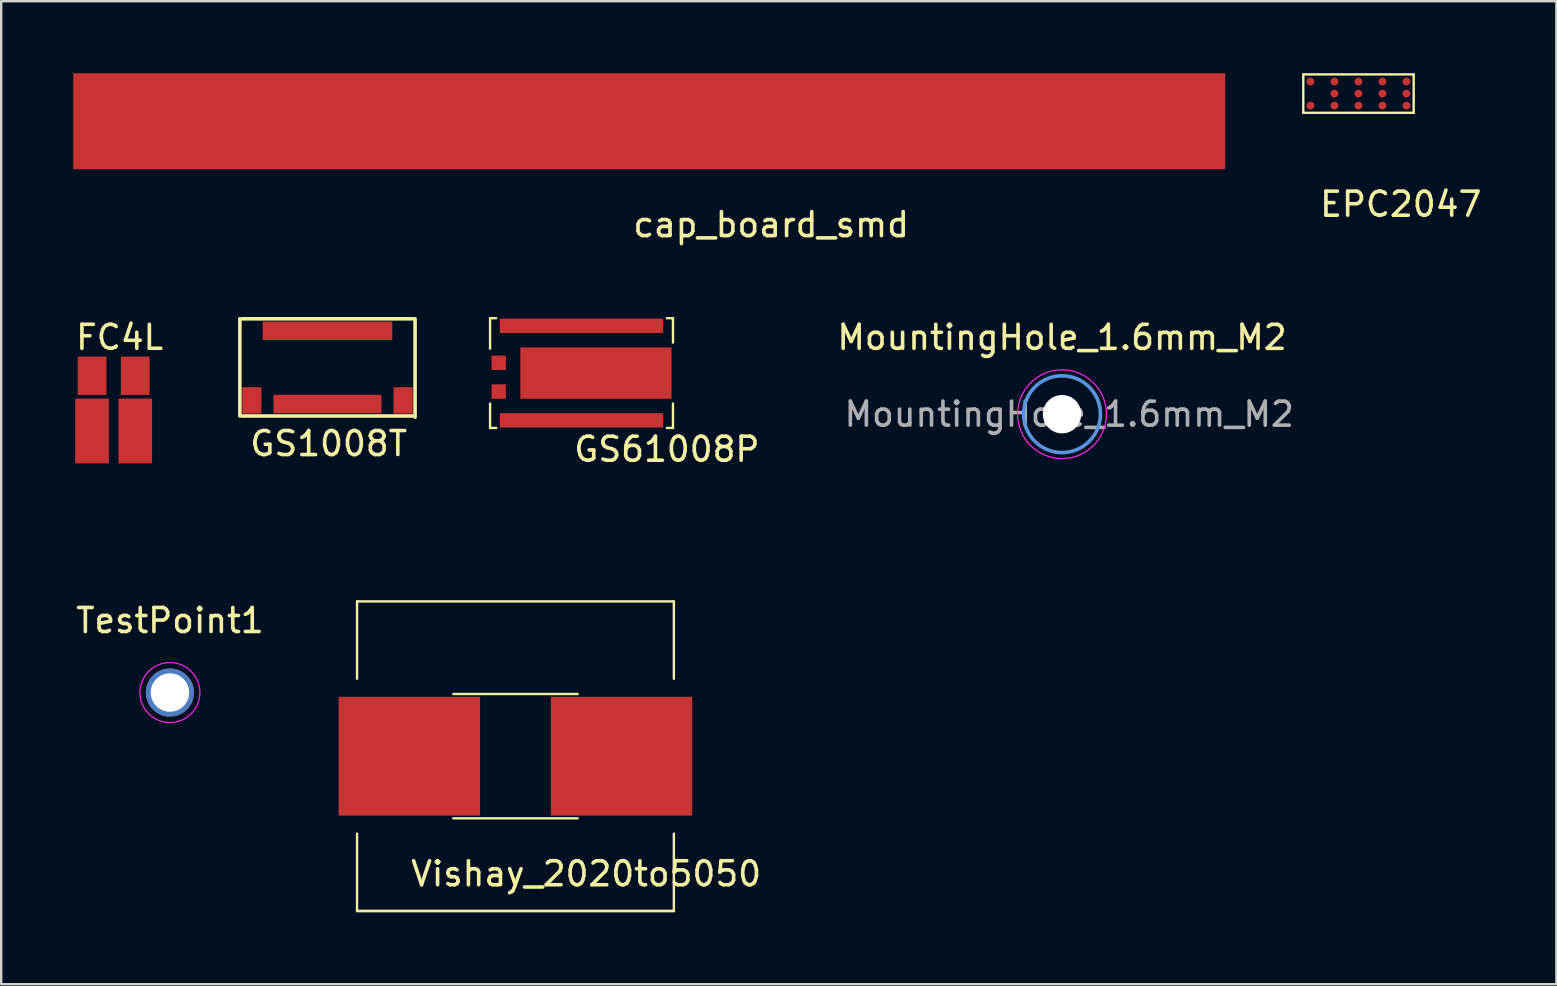
<source format=kicad_pcb>
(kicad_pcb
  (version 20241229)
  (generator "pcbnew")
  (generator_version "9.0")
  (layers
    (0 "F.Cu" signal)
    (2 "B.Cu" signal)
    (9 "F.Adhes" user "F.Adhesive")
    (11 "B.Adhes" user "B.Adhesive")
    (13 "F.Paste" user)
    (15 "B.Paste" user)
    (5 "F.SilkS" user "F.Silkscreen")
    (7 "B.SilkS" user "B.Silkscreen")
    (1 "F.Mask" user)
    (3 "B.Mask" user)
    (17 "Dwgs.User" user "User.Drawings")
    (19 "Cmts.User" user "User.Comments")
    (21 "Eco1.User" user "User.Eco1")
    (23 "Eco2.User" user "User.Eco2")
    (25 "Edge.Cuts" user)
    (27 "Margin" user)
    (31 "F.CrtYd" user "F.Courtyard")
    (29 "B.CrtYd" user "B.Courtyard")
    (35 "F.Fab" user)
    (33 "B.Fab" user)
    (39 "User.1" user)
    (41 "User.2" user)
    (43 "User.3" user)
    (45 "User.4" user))
  (footprint "FC4L"
    (layer "F.Cu")
    (at 2.985 18.706)
    (property "Reference" "FC4L" (at -1.05 -7.7 0) (layer "F.SilkS") (effects (font (size 1 1) (thickness 0.15))))
    (attr through_hole)
    (pad "1" smd rect (at -2.2 -3.8) (size 1.4 2.7) (layers "F.Cu" "F.Mask" "F.Paste"))
    (pad "2" smd rect (at -0.4 -3.8) (size 1.4 2.7) (layers "F.Cu" "F.Mask" "F.Paste"))
    (pad "3" smd rect (at -2.2 -6.1) (size 1.2 1.6) (layers "F.Cu" "F.Mask" "F.Paste"))
    (pad "4" smd rect (at -0.4 -6.1) (size 1.2 1.6) (layers "F.Cu" "F.Mask" "F.Paste")))
  (footprint "MountingHole_1.6mm_M2"
    (layer "F.Cu")
    (at 41.199 14.207)
    (property "Reference" "MountingHole_1.6mm_M2" (at 0 -3.2 0) (layer "F.SilkS") (effects (font (size 1 1) (thickness 0.15))))
    (attr exclude_from_pos_files exclude_from_bom)
    (fp_circle (center 0 0) (end 1.6 0) (stroke (width 0.15) (type solid)) (fill no) (layer "Cmts.User"))
    (fp_circle (center 0 0) (end 1.85 0) (stroke (width 0.05) (type solid)) (fill no) (layer "F.CrtYd"))
    (fp_text user "${REFERENCE}" (at 0.3 0 0) (layer "F.Fab") (effects (font (size 1 1) (thickness 0.15))))
    (pad "" np_thru_hole circle (at 0 0) (size 1.6 1.6) (drill 1.6) (layers "*.Cu" "*.Mask")))
  (footprint "Vishay_2020to5050"
    (layer "F.Cu")
    (at 18.426 28.456)
    (property "Reference" "Vishay_2020to5050" (at 2.946 4.9 0) (layer "F.SilkS") (effects (font (size 1 1) (thickness 0.15))))
    (attr through_hole)
    (fp_line (start -6.6 -3.225) (end -6.6 -6.45) (stroke (width 0.1) (type solid)) (layer "F.SilkS"))
    (fp_line (start -6.6 6.45) (end -6.6 3.225) (stroke (width 0.1) (type solid)) (layer "F.SilkS"))
    (fp_line (start -6.6 6.45) (end 6.6 6.45) (stroke (width 0.1) (type solid)) (layer "F.SilkS"))
    (fp_line (start -2.59 -2.59) (end 2.59 -2.59) (stroke (width 0.1) (type solid)) (layer "F.SilkS"))
    (fp_line (start 2.59 2.59) (end -2.59 2.59) (stroke (width 0.1) (type solid)) (layer "F.SilkS"))
    (fp_line (start 6.6 -6.45) (end -6.6 -6.45) (stroke (width 0.1) (type solid)) (layer "F.SilkS"))
    (fp_line (start 6.6 -6.45) (end 6.6 -3.225) (stroke (width 0.1) (type solid)) (layer "F.SilkS"))
    (fp_line (start 6.6 3.225) (end 6.6 6.45) (stroke (width 0.1) (type solid)) (layer "F.SilkS"))
    (fp_line (start 6.6 6.45) (end -6.6 6.45) (stroke (width 0.1) (type solid)) (layer "F.SilkS"))
    (pad "1" smd rect (at 4.42 0) (size 5.893 4.95) (layers "F.Cu" "F.Mask" "F.Paste"))
    (pad "2" smd rect (at -4.42 0) (size 5.893 4.95) (layers "F.Cu" "F.Mask" "F.Paste")))
  (footprint "EPC2047"
    (layer "F.Cu")
    (at 51.25 1.65)
    (property "Reference" "EPC2047" (at 4.064 3.81 0) (layer "F.SilkS") (effects (font (size 1 1) (thickness 0.15))))
    (attr through_hole)
    (fp_line (start 0 -1.6) (end 4.6 -1.6) (stroke (width 0.1) (type solid)) (layer "F.SilkS"))
    (fp_line (start 0 0) (end 0 -1.6) (stroke (width 0.1) (type solid)) (layer "F.SilkS"))
    (fp_line (start 4.6 -1.6) (end 4.6 0) (stroke (width 0.1) (type solid)) (layer "F.SilkS"))
    (fp_line (start 4.6 0) (end 0 0) (stroke (width 0.1) (type solid)) (layer "F.SilkS"))
    (pad "D" smd circle (at 1.3 -1.3) (size 0.33 0.33) (layers "F.Cu" "F.Mask" "F.Paste"))
    (pad "D" smd circle (at 1.3 -0.8) (size 0.33 0.33) (layers "F.Cu" "F.Mask" "F.Paste"))
    (pad "D" smd circle (at 1.3 -0.3) (size 0.33 0.33) (layers "F.Cu" "F.Mask" "F.Paste"))
    (pad "D" smd circle (at 3.3 -1.3) (size 0.33 0.33) (layers "F.Cu" "F.Mask" "F.Paste"))
    (pad "D" smd circle (at 3.3 -0.8) (size 0.33 0.33) (layers "F.Cu" "F.Mask" "F.Paste"))
    (pad "D" smd circle (at 3.3 -0.3) (size 0.33 0.33) (layers "F.Cu" "F.Mask" "F.Paste"))
    (pad "G" smd circle (at 0.3 -1.3) (size 0.33 0.33) (layers "F.Cu" "F.Mask" "F.Paste"))
    (pad "S" smd circle (at 0.3 -0.3) (size 0.33 0.33) (layers "F.Cu" "F.Mask" "F.Paste"))
    (pad "S" smd circle (at 2.3 -1.3) (size 0.33 0.33) (layers "F.Cu" "F.Mask" "F.Paste"))
    (pad "S" smd circle (at 2.3 -0.8) (size 0.33 0.33) (layers "F.Cu" "F.Mask" "F.Paste"))
    (pad "S" smd circle (at 2.3 -0.3) (size 0.33 0.33) (layers "F.Cu" "F.Mask" "F.Paste"))
    (pad "S" smd circle (at 4.3 -1.3) (size 0.33 0.33) (layers "F.Cu" "F.Mask" "F.Paste"))
    (pad "S" smd circle (at 4.3 -0.3) (size 0.33 0.33) (layers "F.Cu" "F.Mask" "F.Paste"))
    (pad "SS" smd circle (at 4.3 -0.8) (size 0.33 0.33) (layers "F.Cu" "F.Mask" "F.Paste")))
  (footprint "GS1008T"
    (layer "F.Cu")
    (at 10.144 13.733)
    (property "Reference" "GS1008T" (at 0.5 1.7 0) (layer "F.SilkS") (effects (font (size 1 1) (thickness 0.15))))
    (attr through_hole)
    (fp_line (start -3.2 0.55) (end -3.2 -3.5) (stroke (width 0.15) (type solid)) (layer "F.SilkS"))
    (fp_line (start -3.1 -3.5) (end 4 -3.5) (stroke (width 0.15) (type solid)) (layer "F.SilkS"))
    (fp_line (start -3.1 0.55) (end 4 0.55) (stroke (width 0.15) (type solid)) (layer "F.SilkS"))
    (fp_line (start 4.1 -3.5) (end 4.1 0.6) (stroke (width 0.15) (type solid)) (layer "F.SilkS"))
    (pad "1" smd rect (at 0.45 -3) (size 5.4 0.77) (layers "F.Cu" "F.Mask" "F.Paste"))
    (pad "2" smd rect (at -2.7 -0.1) (size 0.8 1.1) (layers "F.Cu" "F.Mask" "F.Paste"))
    (pad "3" smd rect (at 0.45 0.05) (size 4.5 0.77) (layers "F.Cu" "F.Mask" "F.Paste"))
    (pad "4" smd rect (at 3.6 -0.1) (size 0.8 1.1) (layers "F.Cu" "F.Mask" "F.Paste")))
  (footprint "cap_board_smd"
    (layer "F.Cu")
    (at 29.08 5.81)
    (property "Reference" "cap_board_smd" (at 0 0.5 0) (layer "F.SilkS") (effects (font (size 1 1) (thickness 0.15))))
    (attr through_hole)
    (pad "1" smd rect (at -5.08 -3.81) (size 48 4) (layers "F.Cu" "F.Mask" "F.Paste")))
  (footprint "TestPoint1"
    (layer "F.Cu")
    (at 4.03 25.805)
    (property "Reference" "TestPoint1" (at 0 -3 0) (layer "F.SilkS") (effects (font (size 1 1) (thickness 0.15))))
    (attr exclude_from_pos_files exclude_from_bom)
    (fp_circle (center 0 0) (end 1.25 0) (stroke (width 0.05) (type solid)) (fill no) (layer "F.CrtYd"))
    (pad "1" thru_hole circle (at 0 0) (size 2.007 2.007) (drill 1.6) (layers "*.Cu" "*.Mask")))
  (footprint "GS61008P"
    (layer "F.Cu")
    (at 21.179 12.494)
    (property "Reference" "GS61008P" (at 3.556 3.175 0) (layer "F.SilkS") (effects (font (size 1 1) (thickness 0.15))))
    (attr through_hole)
    (fp_line (start -3.81 -2.286) (end -3.81 -1.016) (stroke (width 0.1) (type solid)) (layer "F.SilkS"))
    (fp_line (start -3.81 1.27) (end -3.81 2.286) (stroke (width 0.1) (type solid)) (layer "F.SilkS"))
    (fp_line (start -3.81 2.286) (end -3.556 2.286) (stroke (width 0.1) (type solid)) (layer "F.SilkS"))
    (fp_line (start -3.556 -2.286) (end -3.81 -2.286) (stroke (width 0.1) (type solid)) (layer "F.SilkS"))
    (fp_line (start 3.556 2.286) (end 3.81 2.286) (stroke (width 0.1) (type solid)) (layer "F.SilkS"))
    (fp_line (start 3.81 -2.286) (end 3.556 -2.286) (stroke (width 0.1) (type solid)) (layer "F.SilkS"))
    (fp_line (start 3.81 -1.27) (end 3.81 -2.286) (stroke (width 0.1) (type solid)) (layer "F.SilkS"))
    (fp_line (start 3.81 2.286) (end 3.81 1.27) (stroke (width 0.1) (type solid)) (layer "F.SilkS"))
    (pad "1" smd rect (at 0 -1.97) (size 6.8 0.6) (layers "F.Cu" "F.Mask" "F.Paste"))
    (pad "2" smd rect (at -3.45 -0.43) (size 0.6 0.6) (layers "F.Cu" "F.Mask" "F.Paste"))
    (pad "3" smd rect (at -3.45 0.77) (size 0.6 0.6) (layers "F.Cu" "F.Mask" "F.Paste"))
    (pad "4" smd rect (at 0 1.97) (size 6.8 0.6) (layers "F.Cu" "F.Mask" "F.Paste"))
    (pad "4" smd rect (at 0.6 0) (size 6.3 2.14) (layers "F.Cu" "F.Mask" "F.Paste")))
  (gr_rect
    (start -3 -3)
    (end 61.796 37.956)
    (stroke (width 0.1) (type default))
    (fill no)
    (layer "Edge.Cuts")))
</source>
